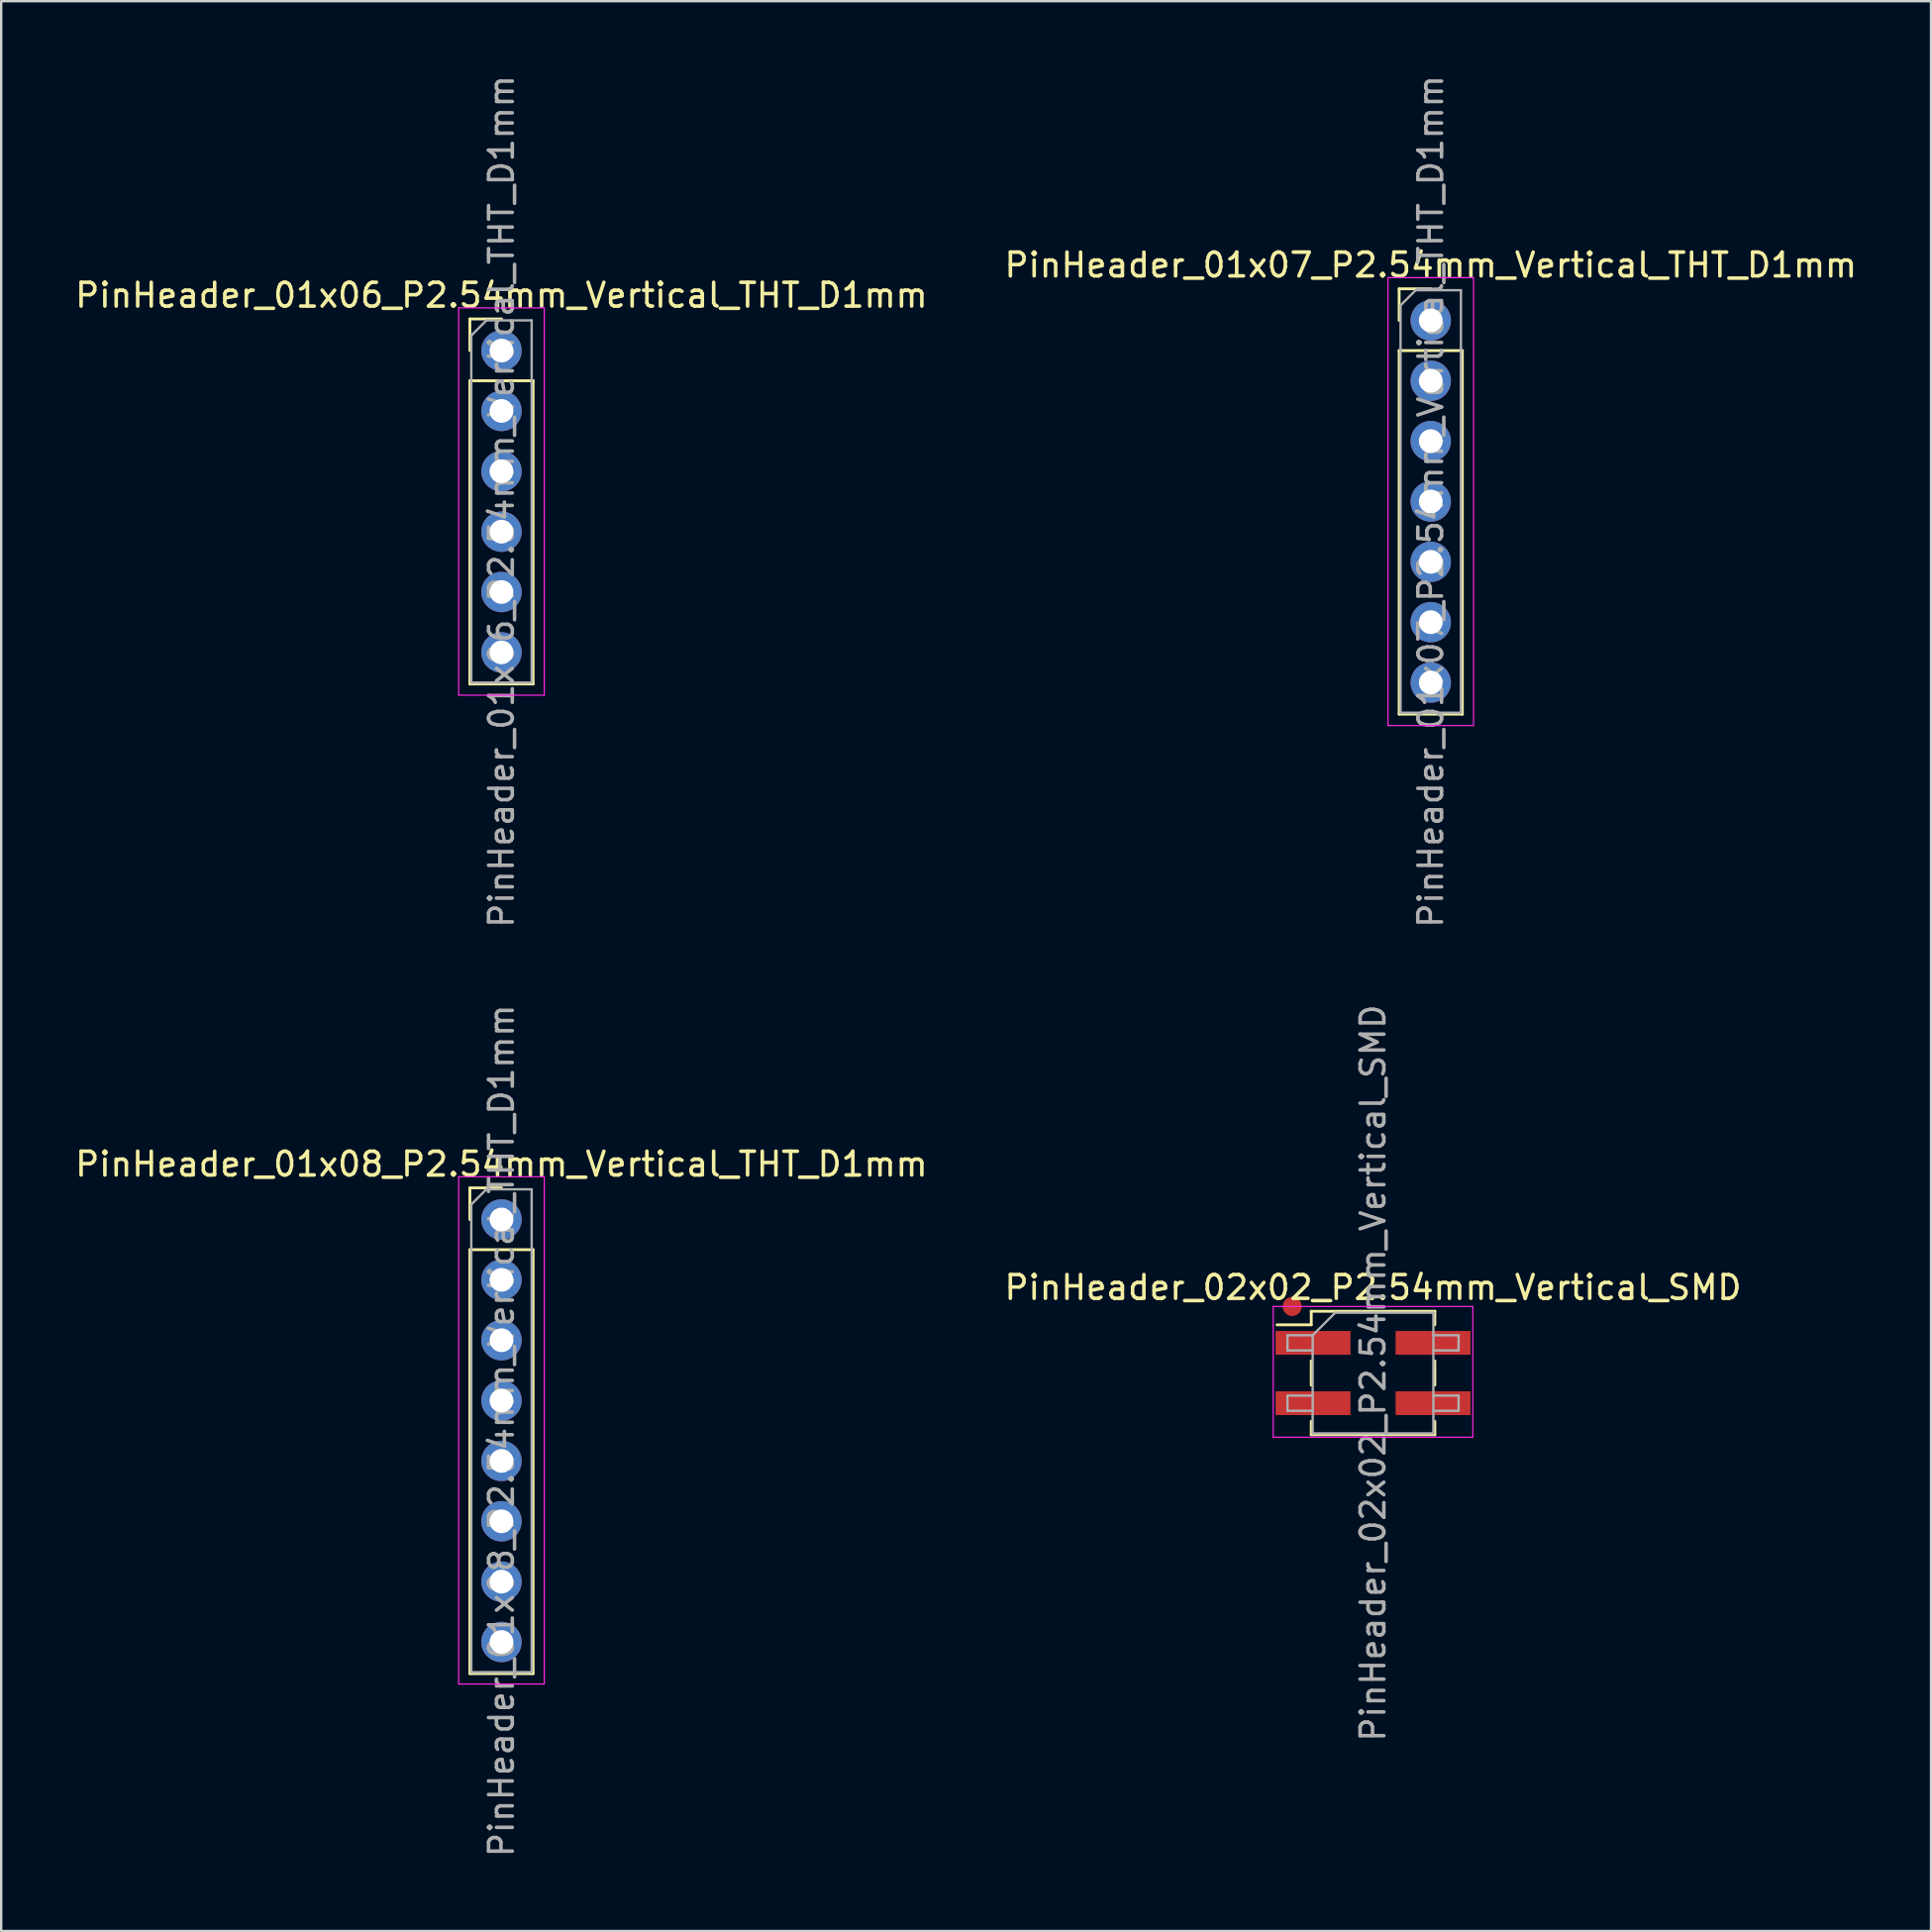
<source format=kicad_pcb>
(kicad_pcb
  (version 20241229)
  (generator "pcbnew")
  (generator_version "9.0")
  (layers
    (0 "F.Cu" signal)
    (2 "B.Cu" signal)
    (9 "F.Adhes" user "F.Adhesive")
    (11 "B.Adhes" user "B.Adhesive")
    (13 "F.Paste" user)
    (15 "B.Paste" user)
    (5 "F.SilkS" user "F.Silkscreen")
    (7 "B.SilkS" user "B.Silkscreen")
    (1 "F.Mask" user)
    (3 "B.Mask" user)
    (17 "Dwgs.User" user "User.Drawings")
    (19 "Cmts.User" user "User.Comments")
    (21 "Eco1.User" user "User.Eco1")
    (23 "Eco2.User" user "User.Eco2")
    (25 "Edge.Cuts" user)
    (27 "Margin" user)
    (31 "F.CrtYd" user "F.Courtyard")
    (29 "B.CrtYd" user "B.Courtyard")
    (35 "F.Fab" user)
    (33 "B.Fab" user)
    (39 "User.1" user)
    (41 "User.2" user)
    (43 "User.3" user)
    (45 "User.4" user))
  (footprint "PinHeader_01x06_P2.54mm_Vertical_THT_D1mm"
    (layer "F.Cu")
    (at 18.054 11.704)
    (property "Reference" "PinHeader_01x06_P2.54mm_Vertical_THT_D1mm" (at 0 -2.33 0) (layer "F.SilkS") (effects (font (size 1 1) (thickness 0.15))))
    (attr through_hole)
    (fp_line (start -1.33 -1.33) (end 0 -1.33) (stroke (width 0.12) (type solid)) (layer "F.SilkS"))
    (fp_line (start -1.33 0) (end -1.33 -1.33) (stroke (width 0.12) (type solid)) (layer "F.SilkS"))
    (fp_line (start -1.33 1.27) (end -1.33 14.03) (stroke (width 0.12) (type solid)) (layer "F.SilkS"))
    (fp_line (start -1.33 1.27) (end 1.33 1.27) (stroke (width 0.12) (type solid)) (layer "F.SilkS"))
    (fp_line (start -1.33 14.03) (end 1.33 14.03) (stroke (width 0.12) (type solid)) (layer "F.SilkS"))
    (fp_line (start 1.33 1.27) (end 1.33 14.03) (stroke (width 0.12) (type solid)) (layer "F.SilkS"))
    (fp_line (start -1.8 -1.8) (end -1.8 14.5) (stroke (width 0.05) (type solid)) (layer "F.CrtYd"))
    (fp_line (start -1.8 14.5) (end 1.8 14.5) (stroke (width 0.05) (type solid)) (layer "F.CrtYd"))
    (fp_line (start 1.8 -1.8) (end -1.8 -1.8) (stroke (width 0.05) (type solid)) (layer "F.CrtYd"))
    (fp_line (start 1.8 14.5) (end 1.8 -1.8) (stroke (width 0.05) (type solid)) (layer "F.CrtYd"))
    (fp_line (start -1.27 -0.635) (end -0.635 -1.27) (stroke (width 0.1) (type solid)) (layer "F.Fab"))
    (fp_line (start -1.27 13.97) (end -1.27 -0.635) (stroke (width 0.1) (type solid)) (layer "F.Fab"))
    (fp_line (start -0.635 -1.27) (end 1.27 -1.27) (stroke (width 0.1) (type solid)) (layer "F.Fab"))
    (fp_line (start 1.27 -1.27) (end 1.27 13.97) (stroke (width 0.1) (type solid)) (layer "F.Fab"))
    (fp_line (start 1.27 13.97) (end -1.27 13.97) (stroke (width 0.1) (type solid)) (layer "F.Fab"))
    (fp_text user "${REFERENCE}" (at 0 6.35 90) (layer "F.Fab") (effects (font (size 1 1) (thickness 0.15))))
    (pad "1" thru_hole circle (at 0 0) (size 1.7 1.7) (drill 1) (layers "*.Cu" "*.Mask"))
    (pad "2" thru_hole oval (at 0 2.54) (size 1.7 1.7) (drill 1) (layers "*.Cu" "*.Mask"))
    (pad "3" thru_hole oval (at 0 5.08) (size 1.7 1.7) (drill 1) (layers "*.Cu" "*.Mask"))
    (pad "4" thru_hole oval (at 0 7.62) (size 1.7 1.7) (drill 1) (layers "*.Cu" "*.Mask"))
    (pad "5" thru_hole oval (at 0 10.16) (size 1.7 1.7) (drill 1) (layers "*.Cu" "*.Mask"))
    (pad "6" thru_hole oval (at 0 12.7) (size 1.7 1.7) (drill 1) (layers "*.Cu" "*.Mask")))
  (footprint "PinHeader_02x02_P2.54mm_Vertical_SMD"
    (layer "F.Cu")
    (at 54.732 54.732)
    (property "Reference" "PinHeader_02x02_P2.54mm_Vertical_SMD" (at 0 -3.6 0) (layer "F.SilkS") (effects (font (size 1 1) (thickness 0.15))))
    (attr smd)
    (fp_circle (center -3.4 -2.8) (end -3.1 -2.8) (stroke (width 0.2) (type solid)) (fill yes) (layer "F.Cu"))
    (fp_line (start -4.04 -2.03) (end -2.6 -2.03) (stroke (width 0.12) (type solid)) (layer "F.SilkS"))
    (fp_line (start -2.6 -2.6) (end -2.6 -2.03) (stroke (width 0.12) (type solid)) (layer "F.SilkS"))
    (fp_line (start -2.6 -2.6) (end 2.6 -2.6) (stroke (width 0.12) (type solid)) (layer "F.SilkS"))
    (fp_line (start -2.6 -0.51) (end -2.6 0.51) (stroke (width 0.12) (type solid)) (layer "F.SilkS"))
    (fp_line (start -2.6 2.03) (end -2.6 2.6) (stroke (width 0.12) (type solid)) (layer "F.SilkS"))
    (fp_line (start -2.6 2.6) (end 2.6 2.6) (stroke (width 0.12) (type solid)) (layer "F.SilkS"))
    (fp_line (start 2.6 -2.6) (end 2.6 -2.03) (stroke (width 0.12) (type solid)) (layer "F.SilkS"))
    (fp_line (start 2.6 -0.51) (end 2.6 0.51) (stroke (width 0.12) (type solid)) (layer "F.SilkS"))
    (fp_line (start 2.6 2.03) (end 2.6 2.6) (stroke (width 0.12) (type solid)) (layer "F.SilkS"))
    (fp_line (start -4.2 -2.8) (end -4.2 2.7) (stroke (width 0.05) (type solid)) (layer "F.CrtYd"))
    (fp_line (start -4.2 2.7) (end 4.2 2.7) (stroke (width 0.05) (type solid)) (layer "F.CrtYd"))
    (fp_line (start 4.2 -2.8) (end -4.2 -2.8) (stroke (width 0.05) (type solid)) (layer "F.CrtYd"))
    (fp_line (start 4.2 2.7) (end 4.2 -2.8) (stroke (width 0.05) (type solid)) (layer "F.CrtYd"))
    (fp_line (start -3.6 -1.59) (end -3.6 -0.95) (stroke (width 0.1) (type solid)) (layer "F.Fab"))
    (fp_line (start -3.6 -0.95) (end -2.54 -0.95) (stroke (width 0.1) (type solid)) (layer "F.Fab"))
    (fp_line (start -3.6 0.95) (end -3.6 1.59) (stroke (width 0.1) (type solid)) (layer "F.Fab"))
    (fp_line (start -3.6 1.59) (end -2.54 1.59) (stroke (width 0.1) (type solid)) (layer "F.Fab"))
    (fp_line (start -2.54 -1.59) (end -3.6 -1.59) (stroke (width 0.1) (type solid)) (layer "F.Fab"))
    (fp_line (start -2.54 -1.59) (end -1.59 -2.54) (stroke (width 0.1) (type solid)) (layer "F.Fab"))
    (fp_line (start -2.54 0.95) (end -3.6 0.95) (stroke (width 0.1) (type solid)) (layer "F.Fab"))
    (fp_line (start -2.54 2.54) (end -2.54 -1.59) (stroke (width 0.1) (type solid)) (layer "F.Fab"))
    (fp_line (start -1.59 -2.54) (end 2.54 -2.54) (stroke (width 0.1) (type solid)) (layer "F.Fab"))
    (fp_line (start 2.54 -2.54) (end 2.54 2.54) (stroke (width 0.1) (type solid)) (layer "F.Fab"))
    (fp_line (start 2.54 -1.59) (end 3.6 -1.59) (stroke (width 0.1) (type solid)) (layer "F.Fab"))
    (fp_line (start 2.54 0.95) (end 3.6 0.95) (stroke (width 0.1) (type solid)) (layer "F.Fab"))
    (fp_line (start 2.54 2.54) (end -2.54 2.54) (stroke (width 0.1) (type solid)) (layer "F.Fab"))
    (fp_line (start 3.6 -1.59) (end 3.6 -0.95) (stroke (width 0.1) (type solid)) (layer "F.Fab"))
    (fp_line (start 3.6 -0.95) (end 2.54 -0.95) (stroke (width 0.1) (type solid)) (layer "F.Fab"))
    (fp_line (start 3.6 0.95) (end 3.6 1.59) (stroke (width 0.1) (type solid)) (layer "F.Fab"))
    (fp_line (start 3.6 1.59) (end 2.54 1.59) (stroke (width 0.1) (type solid)) (layer "F.Fab"))
    (fp_text user "${REFERENCE}" (at 0 0 90) (layer "F.Fab") (effects (font (size 1 1) (thickness 0.15))))
    (pad "1" smd rect (at -2.525 -1.27) (size 3.15 1) (layers "F.Cu" "F.Mask" "F.Paste"))
    (pad "2" smd rect (at 2.525 -1.27) (size 3.15 1) (layers "F.Cu" "F.Mask" "F.Paste"))
    (pad "3" smd rect (at -2.525 1.27) (size 3.15 1) (layers "F.Cu" "F.Mask" "F.Paste"))
    (pad "4" smd rect (at 2.525 1.27) (size 3.15 1) (layers "F.Cu" "F.Mask" "F.Paste")))
  (footprint "PinHeader_01x07_P2.54mm_Vertical_THT_D1mm"
    (layer "F.Cu")
    (at 57.161 10.434)
    (property "Reference" "PinHeader_01x07_P2.54mm_Vertical_THT_D1mm" (at 0 -2.33 0) (layer "F.SilkS") (effects (font (size 1 1) (thickness 0.15))))
    (attr through_hole)
    (fp_line (start -1.33 -1.33) (end 0 -1.33) (stroke (width 0.12) (type solid)) (layer "F.SilkS"))
    (fp_line (start -1.33 0) (end -1.33 -1.33) (stroke (width 0.12) (type solid)) (layer "F.SilkS"))
    (fp_line (start -1.33 1.27) (end -1.33 16.57) (stroke (width 0.12) (type solid)) (layer "F.SilkS"))
    (fp_line (start -1.33 1.27) (end 1.33 1.27) (stroke (width 0.12) (type solid)) (layer "F.SilkS"))
    (fp_line (start -1.33 16.57) (end 1.33 16.57) (stroke (width 0.12) (type solid)) (layer "F.SilkS"))
    (fp_line (start 1.33 1.27) (end 1.33 16.57) (stroke (width 0.12) (type solid)) (layer "F.SilkS"))
    (fp_line (start -1.8 -1.8) (end -1.8 17.05) (stroke (width 0.05) (type solid)) (layer "F.CrtYd"))
    (fp_line (start -1.8 17.05) (end 1.8 17.05) (stroke (width 0.05) (type solid)) (layer "F.CrtYd"))
    (fp_line (start 1.8 -1.8) (end -1.8 -1.8) (stroke (width 0.05) (type solid)) (layer "F.CrtYd"))
    (fp_line (start 1.8 17.05) (end 1.8 -1.8) (stroke (width 0.05) (type solid)) (layer "F.CrtYd"))
    (fp_line (start -1.27 -0.635) (end -0.635 -1.27) (stroke (width 0.1) (type solid)) (layer "F.Fab"))
    (fp_line (start -1.27 16.51) (end -1.27 -0.635) (stroke (width 0.1) (type solid)) (layer "F.Fab"))
    (fp_line (start -0.635 -1.27) (end 1.27 -1.27) (stroke (width 0.1) (type solid)) (layer "F.Fab"))
    (fp_line (start 1.27 -1.27) (end 1.27 16.51) (stroke (width 0.1) (type solid)) (layer "F.Fab"))
    (fp_line (start 1.27 16.51) (end -1.27 16.51) (stroke (width 0.1) (type solid)) (layer "F.Fab"))
    (fp_text user "${REFERENCE}" (at 0 7.62 90) (layer "F.Fab") (effects (font (size 1 1) (thickness 0.15))))
    (pad "1" thru_hole circle (at 0 0) (size 1.7 1.7) (drill 1) (layers "*.Cu" "*.Mask"))
    (pad "2" thru_hole oval (at 0 2.54) (size 1.7 1.7) (drill 1) (layers "*.Cu" "*.Mask"))
    (pad "3" thru_hole oval (at 0 5.08) (size 1.7 1.7) (drill 1) (layers "*.Cu" "*.Mask"))
    (pad "4" thru_hole oval (at 0 7.62) (size 1.7 1.7) (drill 1) (layers "*.Cu" "*.Mask"))
    (pad "5" thru_hole oval (at 0 10.16) (size 1.7 1.7) (drill 1) (layers "*.Cu" "*.Mask"))
    (pad "6" thru_hole oval (at 0 12.7) (size 1.7 1.7) (drill 1) (layers "*.Cu" "*.Mask"))
    (pad "7" thru_hole oval (at 0 15.24) (size 1.7 1.7) (drill 1) (layers "*.Cu" "*.Mask")))
  (footprint "PinHeader_01x08_P2.54mm_Vertical_THT_D1mm"
    (layer "F.Cu")
    (at 18.054 48.271)
    (property "Reference" "PinHeader_01x08_P2.54mm_Vertical_THT_D1mm" (at 0 -2.33 0) (layer "F.SilkS") (effects (font (size 1 1) (thickness 0.15))))
    (attr through_hole)
    (fp_line (start -1.33 -1.33) (end 0 -1.33) (stroke (width 0.12) (type solid)) (layer "F.SilkS"))
    (fp_line (start -1.33 0) (end -1.33 -1.33) (stroke (width 0.12) (type solid)) (layer "F.SilkS"))
    (fp_line (start -1.33 1.27) (end -1.33 19.11) (stroke (width 0.12) (type solid)) (layer "F.SilkS"))
    (fp_line (start -1.33 1.27) (end 1.33 1.27) (stroke (width 0.12) (type solid)) (layer "F.SilkS"))
    (fp_line (start -1.33 19.11) (end 1.33 19.11) (stroke (width 0.12) (type solid)) (layer "F.SilkS"))
    (fp_line (start 1.33 1.27) (end 1.33 19.11) (stroke (width 0.12) (type solid)) (layer "F.SilkS"))
    (fp_line (start -1.8 -1.8) (end -1.8 19.55) (stroke (width 0.05) (type solid)) (layer "F.CrtYd"))
    (fp_line (start -1.8 19.55) (end 1.8 19.55) (stroke (width 0.05) (type solid)) (layer "F.CrtYd"))
    (fp_line (start 1.8 -1.8) (end -1.8 -1.8) (stroke (width 0.05) (type solid)) (layer "F.CrtYd"))
    (fp_line (start 1.8 19.55) (end 1.8 -1.8) (stroke (width 0.05) (type solid)) (layer "F.CrtYd"))
    (fp_line (start -1.27 -0.635) (end -0.635 -1.27) (stroke (width 0.1) (type solid)) (layer "F.Fab"))
    (fp_line (start -1.27 19.05) (end -1.27 -0.635) (stroke (width 0.1) (type solid)) (layer "F.Fab"))
    (fp_line (start -0.635 -1.27) (end 1.27 -1.27) (stroke (width 0.1) (type solid)) (layer "F.Fab"))
    (fp_line (start 1.27 -1.27) (end 1.27 19.05) (stroke (width 0.1) (type solid)) (layer "F.Fab"))
    (fp_line (start 1.27 19.05) (end -1.27 19.05) (stroke (width 0.1) (type solid)) (layer "F.Fab"))
    (fp_text user "${REFERENCE}" (at 0 8.89 90) (layer "F.Fab") (effects (font (size 1 1) (thickness 0.15))))
    (pad "1" thru_hole circle (at 0 0) (size 1.7 1.7) (drill 1) (layers "*.Cu" "*.Mask"))
    (pad "2" thru_hole oval (at 0 2.54) (size 1.7 1.7) (drill 1) (layers "*.Cu" "*.Mask"))
    (pad "3" thru_hole oval (at 0 5.08) (size 1.7 1.7) (drill 1) (layers "*.Cu" "*.Mask"))
    (pad "4" thru_hole oval (at 0 7.62) (size 1.7 1.7) (drill 1) (layers "*.Cu" "*.Mask"))
    (pad "5" thru_hole oval (at 0 10.16) (size 1.7 1.7) (drill 1) (layers "*.Cu" "*.Mask"))
    (pad "6" thru_hole oval (at 0 12.7) (size 1.7 1.7) (drill 1) (layers "*.Cu" "*.Mask"))
    (pad "7" thru_hole oval (at 0 15.24) (size 1.7 1.7) (drill 1) (layers "*.Cu" "*.Mask"))
    (pad "8" thru_hole oval (at 0 17.78) (size 1.7 1.7) (drill 1) (layers "*.Cu" "*.Mask")))
  (gr_rect
    (start -3 -3)
    (end 78.214 78.214)
    (stroke (width 0.1) (type default))
    (fill no)
    (layer "Edge.Cuts")))
</source>
